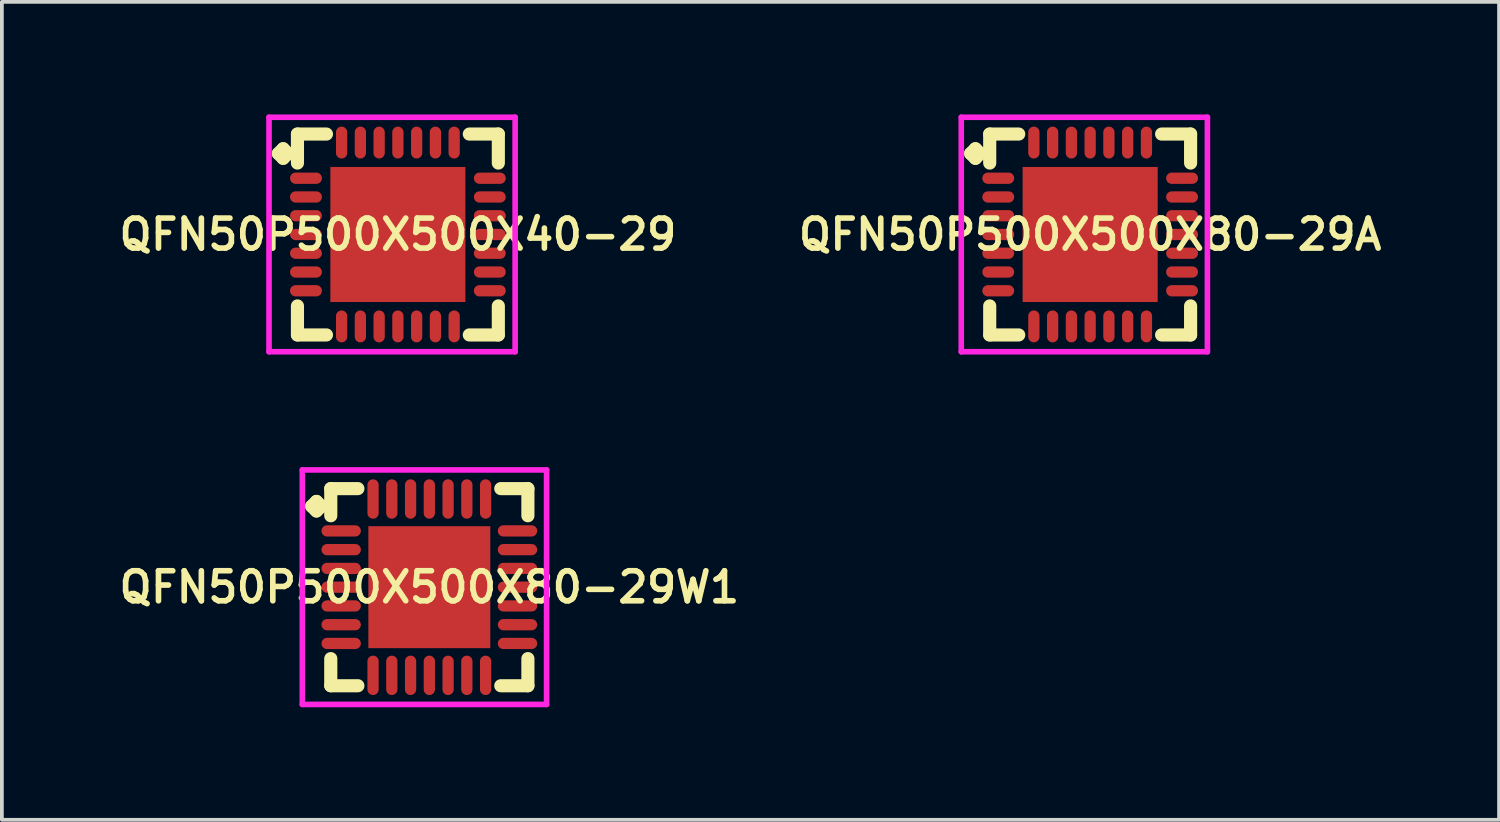
<source format=kicad_pcb>
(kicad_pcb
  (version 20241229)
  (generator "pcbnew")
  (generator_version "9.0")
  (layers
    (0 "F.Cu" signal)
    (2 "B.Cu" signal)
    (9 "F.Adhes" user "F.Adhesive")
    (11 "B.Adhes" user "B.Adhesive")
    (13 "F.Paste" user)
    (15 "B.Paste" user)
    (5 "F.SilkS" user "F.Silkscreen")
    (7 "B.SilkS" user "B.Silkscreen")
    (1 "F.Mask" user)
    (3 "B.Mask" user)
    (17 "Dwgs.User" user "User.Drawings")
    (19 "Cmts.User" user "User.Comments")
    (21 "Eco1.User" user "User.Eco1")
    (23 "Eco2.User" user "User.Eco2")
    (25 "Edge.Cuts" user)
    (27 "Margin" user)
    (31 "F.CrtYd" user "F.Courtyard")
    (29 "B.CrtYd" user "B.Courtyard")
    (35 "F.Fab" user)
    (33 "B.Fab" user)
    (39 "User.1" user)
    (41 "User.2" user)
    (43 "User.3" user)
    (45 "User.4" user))
  (footprint "QFN50P500X500X40-29"
    (layer "F.Cu")
    (at 7.555 3.2)
    (property "Reference" "QFN50P500X500X40-29" (at 0 0 0) (layer "F.SilkS") (effects (font (size 0.8 0.8) (thickness 0.15))))
    (attr smd)
    (fp_line (start -3.185 -2.158) (end -3.058 -2.285) (stroke (width 0.35) (type solid)) (layer "F.SilkS"))
    (fp_line (start -3.058 -2.285) (end -2.931 -2.158) (stroke (width 0.35) (type solid)) (layer "F.SilkS"))
    (fp_line (start -3.058 -2.031) (end -3.185 -2.158) (stroke (width 0.35) (type solid)) (layer "F.SilkS"))
    (fp_line (start -2.931 -2.158) (end -3.058 -2.031) (stroke (width 0.35) (type solid)) (layer "F.SilkS"))
    (fp_line (start -2.677 -2.677) (end -1.904 -2.677) (stroke (width 0.35) (type solid)) (layer "F.SilkS"))
    (fp_line (start -2.677 -1.904) (end -2.677 -2.677) (stroke (width 0.35) (type solid)) (layer "F.SilkS"))
    (fp_line (start -2.677 1.904) (end -2.677 2.677) (stroke (width 0.35) (type solid)) (layer "F.SilkS"))
    (fp_line (start -2.677 2.677) (end -1.904 2.677) (stroke (width 0.35) (type solid)) (layer "F.SilkS"))
    (fp_line (start 1.904 -2.677) (end 2.677 -2.677) (stroke (width 0.35) (type solid)) (layer "F.SilkS"))
    (fp_line (start 1.904 2.677) (end 2.677 2.677) (stroke (width 0.35) (type solid)) (layer "F.SilkS"))
    (fp_line (start 2.677 -2.677) (end 2.677 -1.904) (stroke (width 0.35) (type solid)) (layer "F.SilkS"))
    (fp_line (start 2.677 2.677) (end 2.677 1.904) (stroke (width 0.35) (type solid)) (layer "F.SilkS"))
    (fp_line (start -3.435 -3.125) (end 3.125 -3.125) (stroke (width 0.15) (type solid)) (layer "F.CrtYd"))
    (fp_line (start -3.435 3.125) (end -3.435 -3.125) (stroke (width 0.15) (type solid)) (layer "F.CrtYd"))
    (fp_line (start 3.125 -3.125) (end 3.125 3.125) (stroke (width 0.15) (type solid)) (layer "F.CrtYd"))
    (fp_line (start 3.125 3.125) (end -3.435 3.125) (stroke (width 0.15) (type solid)) (layer "F.CrtYd"))
    (pad "1" smd oval (at -2.45 -1.5) (size 0.85 0.3) (layers "F.Cu" "F.Mask" "F.Paste"))
    (pad "2" smd oval (at -2.45 -1) (size 0.85 0.3) (layers "F.Cu" "F.Mask" "F.Paste"))
    (pad "3" smd oval (at -2.45 -0.5) (size 0.85 0.3) (layers "F.Cu" "F.Mask" "F.Paste"))
    (pad "4" smd oval (at -2.45 0) (size 0.85 0.3) (layers "F.Cu" "F.Mask" "F.Paste"))
    (pad "5" smd oval (at -2.45 0.5) (size 0.85 0.3) (layers "F.Cu" "F.Mask" "F.Paste"))
    (pad "6" smd oval (at -2.45 1) (size 0.85 0.3) (layers "F.Cu" "F.Mask" "F.Paste"))
    (pad "7" smd oval (at -2.45 1.5) (size 0.85 0.3) (layers "F.Cu" "F.Mask" "F.Paste"))
    (pad "8" smd oval (at -1.5 2.45) (size 0.3 0.85) (layers "F.Cu" "F.Mask" "F.Paste"))
    (pad "9" smd oval (at -1 2.45) (size 0.3 0.85) (layers "F.Cu" "F.Mask" "F.Paste"))
    (pad "10" smd oval (at -0.5 2.45) (size 0.3 0.85) (layers "F.Cu" "F.Mask" "F.Paste"))
    (pad "11" smd oval (at 0 2.45) (size 0.3 0.85) (layers "F.Cu" "F.Mask" "F.Paste"))
    (pad "12" smd oval (at 0.5 2.45) (size 0.3 0.85) (layers "F.Cu" "F.Mask" "F.Paste"))
    (pad "13" smd oval (at 1 2.45) (size 0.3 0.85) (layers "F.Cu" "F.Mask" "F.Paste"))
    (pad "14" smd oval (at 1.5 2.45) (size 0.3 0.85) (layers "F.Cu" "F.Mask" "F.Paste"))
    (pad "15" smd oval (at 2.45 1.5) (size 0.85 0.3) (layers "F.Cu" "F.Mask" "F.Paste"))
    (pad "16" smd oval (at 2.45 1) (size 0.85 0.3) (layers "F.Cu" "F.Mask" "F.Paste"))
    (pad "17" smd oval (at 2.45 0.5) (size 0.85 0.3) (layers "F.Cu" "F.Mask" "F.Paste"))
    (pad "18" smd oval (at 2.45 0) (size 0.85 0.3) (layers "F.Cu" "F.Mask" "F.Paste"))
    (pad "19" smd oval (at 2.45 -0.5) (size 0.85 0.3) (layers "F.Cu" "F.Mask" "F.Paste"))
    (pad "20" smd oval (at 2.45 -1) (size 0.85 0.3) (layers "F.Cu" "F.Mask" "F.Paste"))
    (pad "21" smd oval (at 2.45 -1.5) (size 0.85 0.3) (layers "F.Cu" "F.Mask" "F.Paste"))
    (pad "22" smd oval (at 1.5 -2.45) (size 0.3 0.85) (layers "F.Cu" "F.Mask" "F.Paste"))
    (pad "23" smd oval (at 1 -2.45) (size 0.3 0.85) (layers "F.Cu" "F.Mask" "F.Paste"))
    (pad "24" smd oval (at 0.5 -2.45) (size 0.3 0.85) (layers "F.Cu" "F.Mask" "F.Paste"))
    (pad "25" smd oval (at 0 -2.45) (size 0.3 0.85) (layers "F.Cu" "F.Mask" "F.Paste"))
    (pad "26" smd oval (at -0.5 -2.45) (size 0.3 0.85) (layers "F.Cu" "F.Mask" "F.Paste"))
    (pad "27" smd oval (at -1 -2.45) (size 0.3 0.85) (layers "F.Cu" "F.Mask" "F.Paste"))
    (pad "28" smd oval (at -1.5 -2.45) (size 0.3 0.85) (layers "F.Cu" "F.Mask" "F.Paste"))
    (pad "29" smd rect (at 0 0) (size 3.6 3.6) (layers "F.Cu" "F.Mask" "F.Paste")))
  (footprint "QFN50P500X500X80-29W1"
    (layer "F.Cu")
    (at 8.393 12.6)
    (property "Reference" "QFN50P500X500X80-29W1" (at 0 0 0) (layer "F.SilkS") (effects (font (size 0.8 0.8) (thickness 0.15))))
    (attr smd)
    (fp_line (start -3.135 -2.158) (end -3.008 -2.285) (stroke (width 0.35) (type solid)) (layer "F.SilkS"))
    (fp_line (start -3.008 -2.285) (end -2.881 -2.158) (stroke (width 0.35) (type solid)) (layer "F.SilkS"))
    (fp_line (start -3.008 -2.031) (end -3.135 -2.158) (stroke (width 0.35) (type solid)) (layer "F.SilkS"))
    (fp_line (start -2.881 -2.158) (end -3.008 -2.031) (stroke (width 0.35) (type solid)) (layer "F.SilkS"))
    (fp_line (start -2.627 -2.627) (end -1.904 -2.627) (stroke (width 0.35) (type solid)) (layer "F.SilkS"))
    (fp_line (start -2.627 -1.904) (end -2.627 -2.627) (stroke (width 0.35) (type solid)) (layer "F.SilkS"))
    (fp_line (start -2.627 1.904) (end -2.627 2.627) (stroke (width 0.35) (type solid)) (layer "F.SilkS"))
    (fp_line (start -2.627 2.627) (end -1.904 2.627) (stroke (width 0.35) (type solid)) (layer "F.SilkS"))
    (fp_line (start 1.904 -2.627) (end 2.627 -2.627) (stroke (width 0.35) (type solid)) (layer "F.SilkS"))
    (fp_line (start 1.904 2.627) (end 2.627 2.627) (stroke (width 0.35) (type solid)) (layer "F.SilkS"))
    (fp_line (start 2.627 -2.627) (end 2.627 -1.904) (stroke (width 0.35) (type solid)) (layer "F.SilkS"))
    (fp_line (start 2.627 2.627) (end 2.627 1.904) (stroke (width 0.35) (type solid)) (layer "F.SilkS"))
    (fp_line (start -3.385 -3.125) (end 3.125 -3.125) (stroke (width 0.15) (type solid)) (layer "F.CrtYd"))
    (fp_line (start -3.385 3.125) (end -3.385 -3.125) (stroke (width 0.15) (type solid)) (layer "F.CrtYd"))
    (fp_line (start 3.125 -3.125) (end 3.125 3.125) (stroke (width 0.15) (type solid)) (layer "F.CrtYd"))
    (fp_line (start 3.125 3.125) (end -3.385 3.125) (stroke (width 0.15) (type solid)) (layer "F.CrtYd"))
    (pad "1" smd oval (at -2.35 -1.5) (size 1.05 0.3) (layers "F.Cu" "F.Mask" "F.Paste"))
    (pad "2" smd oval (at -2.35 -1) (size 1.05 0.3) (layers "F.Cu" "F.Mask" "F.Paste"))
    (pad "3" smd oval (at -2.35 -0.5) (size 1.05 0.3) (layers "F.Cu" "F.Mask" "F.Paste"))
    (pad "4" smd oval (at -2.35 0) (size 1.05 0.3) (layers "F.Cu" "F.Mask" "F.Paste"))
    (pad "5" smd oval (at -2.35 0.5) (size 1.05 0.3) (layers "F.Cu" "F.Mask" "F.Paste"))
    (pad "6" smd oval (at -2.35 1) (size 1.05 0.3) (layers "F.Cu" "F.Mask" "F.Paste"))
    (pad "7" smd oval (at -2.35 1.5) (size 1.05 0.3) (layers "F.Cu" "F.Mask" "F.Paste"))
    (pad "8" smd oval (at -1.5 2.35) (size 0.3 1.05) (layers "F.Cu" "F.Mask" "F.Paste"))
    (pad "9" smd oval (at -1 2.35) (size 0.3 1.05) (layers "F.Cu" "F.Mask" "F.Paste"))
    (pad "10" smd oval (at -0.5 2.35) (size 0.3 1.05) (layers "F.Cu" "F.Mask" "F.Paste"))
    (pad "11" smd oval (at 0 2.35) (size 0.3 1.05) (layers "F.Cu" "F.Mask" "F.Paste"))
    (pad "12" smd oval (at 0.5 2.35) (size 0.3 1.05) (layers "F.Cu" "F.Mask" "F.Paste"))
    (pad "13" smd oval (at 1 2.35) (size 0.3 1.05) (layers "F.Cu" "F.Mask" "F.Paste"))
    (pad "14" smd oval (at 1.5 2.35) (size 0.3 1.05) (layers "F.Cu" "F.Mask" "F.Paste"))
    (pad "15" smd oval (at 2.35 1.5) (size 1.05 0.3) (layers "F.Cu" "F.Mask" "F.Paste"))
    (pad "16" smd oval (at 2.35 1) (size 1.05 0.3) (layers "F.Cu" "F.Mask" "F.Paste"))
    (pad "17" smd oval (at 2.35 0.5) (size 1.05 0.3) (layers "F.Cu" "F.Mask" "F.Paste"))
    (pad "18" smd oval (at 2.35 0) (size 1.05 0.3) (layers "F.Cu" "F.Mask" "F.Paste"))
    (pad "19" smd oval (at 2.35 -0.5) (size 1.05 0.3) (layers "F.Cu" "F.Mask" "F.Paste"))
    (pad "20" smd oval (at 2.35 -1) (size 1.05 0.3) (layers "F.Cu" "F.Mask" "F.Paste"))
    (pad "21" smd oval (at 2.35 -1.5) (size 1.05 0.3) (layers "F.Cu" "F.Mask" "F.Paste"))
    (pad "22" smd oval (at 1.5 -2.35) (size 0.3 1.05) (layers "F.Cu" "F.Mask" "F.Paste"))
    (pad "23" smd oval (at 1 -2.35) (size 0.3 1.05) (layers "F.Cu" "F.Mask" "F.Paste"))
    (pad "24" smd oval (at 0.5 -2.35) (size 0.3 1.05) (layers "F.Cu" "F.Mask" "F.Paste"))
    (pad "25" smd oval (at 0 -2.35) (size 0.3 1.05) (layers "F.Cu" "F.Mask" "F.Paste"))
    (pad "26" smd oval (at -0.5 -2.35) (size 0.3 1.05) (layers "F.Cu" "F.Mask" "F.Paste"))
    (pad "27" smd oval (at -1 -2.35) (size 0.3 1.05) (layers "F.Cu" "F.Mask" "F.Paste"))
    (pad "28" smd oval (at -1.5 -2.35) (size 0.3 1.05) (layers "F.Cu" "F.Mask" "F.Paste"))
    (pad "29" smd rect (at 0 0) (size 3.25 3.25) (layers "F.Cu" "F.Mask" "F.Paste")))
  (footprint "QFN50P500X500X80-29A"
    (layer "F.Cu")
    (at 26.006 3.2)
    (property "Reference" "QFN50P500X500X80-29A" (at 0 0 0) (layer "F.SilkS") (effects (font (size 0.8 0.8) (thickness 0.15))))
    (attr smd)
    (fp_line (start -3.185 -2.158) (end -3.058 -2.285) (stroke (width 0.35) (type solid)) (layer "F.SilkS"))
    (fp_line (start -3.058 -2.285) (end -2.931 -2.158) (stroke (width 0.35) (type solid)) (layer "F.SilkS"))
    (fp_line (start -3.058 -2.031) (end -3.185 -2.158) (stroke (width 0.35) (type solid)) (layer "F.SilkS"))
    (fp_line (start -2.931 -2.158) (end -3.058 -2.031) (stroke (width 0.35) (type solid)) (layer "F.SilkS"))
    (fp_line (start -2.677 -2.677) (end -1.904 -2.677) (stroke (width 0.35) (type solid)) (layer "F.SilkS"))
    (fp_line (start -2.677 -1.904) (end -2.677 -2.677) (stroke (width 0.35) (type solid)) (layer "F.SilkS"))
    (fp_line (start -2.677 1.904) (end -2.677 2.677) (stroke (width 0.35) (type solid)) (layer "F.SilkS"))
    (fp_line (start -2.677 2.677) (end -1.904 2.677) (stroke (width 0.35) (type solid)) (layer "F.SilkS"))
    (fp_line (start 1.904 -2.677) (end 2.677 -2.677) (stroke (width 0.35) (type solid)) (layer "F.SilkS"))
    (fp_line (start 1.904 2.677) (end 2.677 2.677) (stroke (width 0.35) (type solid)) (layer "F.SilkS"))
    (fp_line (start 2.677 -2.677) (end 2.677 -1.904) (stroke (width 0.35) (type solid)) (layer "F.SilkS"))
    (fp_line (start 2.677 2.677) (end 2.677 1.904) (stroke (width 0.35) (type solid)) (layer "F.SilkS"))
    (fp_line (start -3.435 -3.125) (end 3.125 -3.125) (stroke (width 0.15) (type solid)) (layer "F.CrtYd"))
    (fp_line (start -3.435 3.125) (end -3.435 -3.125) (stroke (width 0.15) (type solid)) (layer "F.CrtYd"))
    (fp_line (start 3.125 -3.125) (end 3.125 3.125) (stroke (width 0.15) (type solid)) (layer "F.CrtYd"))
    (fp_line (start 3.125 3.125) (end -3.435 3.125) (stroke (width 0.15) (type solid)) (layer "F.CrtYd"))
    (pad "1" smd oval (at -2.45 -1.5) (size 0.85 0.3) (layers "F.Cu" "F.Mask" "F.Paste"))
    (pad "2" smd oval (at -2.45 -1) (size 0.85 0.3) (layers "F.Cu" "F.Mask" "F.Paste"))
    (pad "3" smd oval (at -2.45 -0.5) (size 0.85 0.3) (layers "F.Cu" "F.Mask" "F.Paste"))
    (pad "4" smd oval (at -2.45 0) (size 0.85 0.3) (layers "F.Cu" "F.Mask" "F.Paste"))
    (pad "5" smd oval (at -2.45 0.5) (size 0.85 0.3) (layers "F.Cu" "F.Mask" "F.Paste"))
    (pad "6" smd oval (at -2.45 1) (size 0.85 0.3) (layers "F.Cu" "F.Mask" "F.Paste"))
    (pad "7" smd oval (at -2.45 1.5) (size 0.85 0.3) (layers "F.Cu" "F.Mask" "F.Paste"))
    (pad "8" smd oval (at -1.5 2.45) (size 0.3 0.85) (layers "F.Cu" "F.Mask" "F.Paste"))
    (pad "9" smd oval (at -1 2.45) (size 0.3 0.85) (layers "F.Cu" "F.Mask" "F.Paste"))
    (pad "10" smd oval (at -0.5 2.45) (size 0.3 0.85) (layers "F.Cu" "F.Mask" "F.Paste"))
    (pad "11" smd oval (at 0 2.45) (size 0.3 0.85) (layers "F.Cu" "F.Mask" "F.Paste"))
    (pad "12" smd oval (at 0.5 2.45) (size 0.3 0.85) (layers "F.Cu" "F.Mask" "F.Paste"))
    (pad "13" smd oval (at 1 2.45) (size 0.3 0.85) (layers "F.Cu" "F.Mask" "F.Paste"))
    (pad "14" smd oval (at 1.5 2.45) (size 0.3 0.85) (layers "F.Cu" "F.Mask" "F.Paste"))
    (pad "15" smd oval (at 2.45 1.5) (size 0.85 0.3) (layers "F.Cu" "F.Mask" "F.Paste"))
    (pad "16" smd oval (at 2.45 1) (size 0.85 0.3) (layers "F.Cu" "F.Mask" "F.Paste"))
    (pad "17" smd oval (at 2.45 0.5) (size 0.85 0.3) (layers "F.Cu" "F.Mask" "F.Paste"))
    (pad "18" smd oval (at 2.45 0) (size 0.85 0.3) (layers "F.Cu" "F.Mask" "F.Paste"))
    (pad "19" smd oval (at 2.45 -0.5) (size 0.85 0.3) (layers "F.Cu" "F.Mask" "F.Paste"))
    (pad "20" smd oval (at 2.45 -1) (size 0.85 0.3) (layers "F.Cu" "F.Mask" "F.Paste"))
    (pad "21" smd oval (at 2.45 -1.5) (size 0.85 0.3) (layers "F.Cu" "F.Mask" "F.Paste"))
    (pad "22" smd oval (at 1.5 -2.45) (size 0.3 0.85) (layers "F.Cu" "F.Mask" "F.Paste"))
    (pad "23" smd oval (at 1 -2.45) (size 0.3 0.85) (layers "F.Cu" "F.Mask" "F.Paste"))
    (pad "24" smd oval (at 0.5 -2.45) (size 0.3 0.85) (layers "F.Cu" "F.Mask" "F.Paste"))
    (pad "25" smd oval (at 0 -2.45) (size 0.3 0.85) (layers "F.Cu" "F.Mask" "F.Paste"))
    (pad "26" smd oval (at -0.5 -2.45) (size 0.3 0.85) (layers "F.Cu" "F.Mask" "F.Paste"))
    (pad "27" smd oval (at -1 -2.45) (size 0.3 0.85) (layers "F.Cu" "F.Mask" "F.Paste"))
    (pad "28" smd oval (at -1.5 -2.45) (size 0.3 0.85) (layers "F.Cu" "F.Mask" "F.Paste"))
    (pad "29" smd rect (at 0 0) (size 3.6 3.6) (layers "F.Cu" "F.Mask" "F.Paste")))
  (gr_rect
    (start -3 -3)
    (end 36.904 18.8)
    (stroke (width 0.1) (type default))
    (fill no)
    (layer "Edge.Cuts")))
</source>
